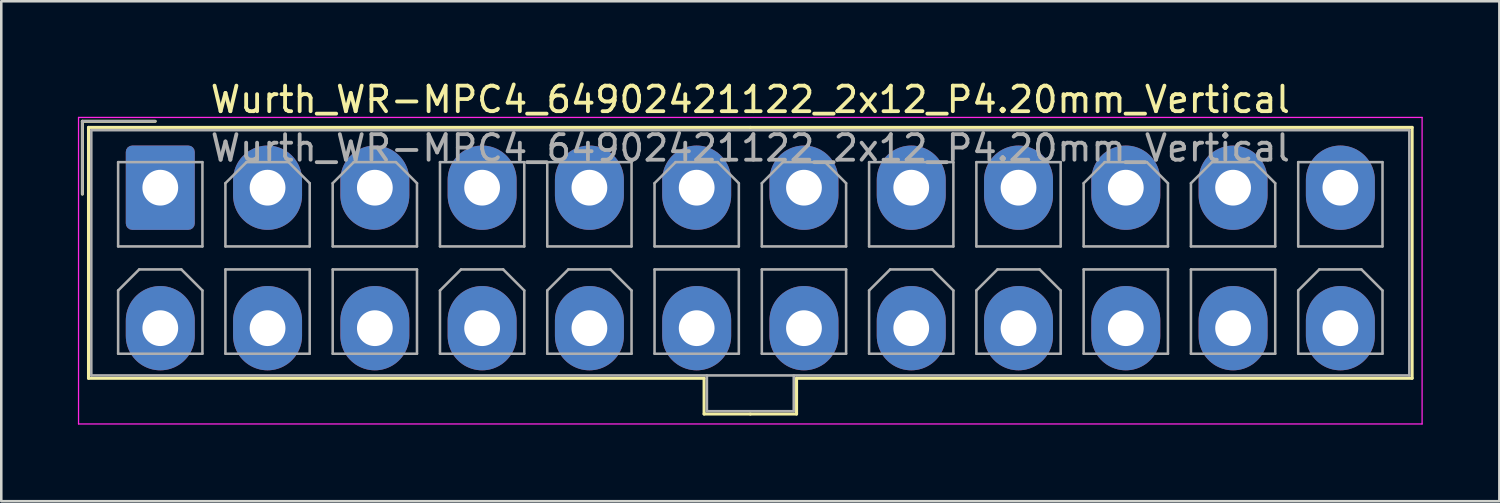
<source format=kicad_pcb>
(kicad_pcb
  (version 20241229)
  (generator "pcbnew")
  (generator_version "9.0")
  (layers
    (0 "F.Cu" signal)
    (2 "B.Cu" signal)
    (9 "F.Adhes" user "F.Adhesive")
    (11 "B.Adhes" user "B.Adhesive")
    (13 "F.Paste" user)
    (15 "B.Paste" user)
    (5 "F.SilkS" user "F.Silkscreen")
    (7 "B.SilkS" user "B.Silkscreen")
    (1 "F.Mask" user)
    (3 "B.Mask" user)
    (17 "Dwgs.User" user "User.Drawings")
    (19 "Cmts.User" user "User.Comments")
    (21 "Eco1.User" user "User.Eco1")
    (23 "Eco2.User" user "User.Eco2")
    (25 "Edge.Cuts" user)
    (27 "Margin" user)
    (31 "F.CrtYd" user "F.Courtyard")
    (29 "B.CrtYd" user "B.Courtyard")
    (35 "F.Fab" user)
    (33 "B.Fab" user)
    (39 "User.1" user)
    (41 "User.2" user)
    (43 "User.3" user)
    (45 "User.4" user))
  (footprint "Wurth_WR-MPC4_64902421122_2x12_P4.20mm_Vertical"
    (layer "F.Cu")
    (at 3.225 4.298)
    (property "Reference" "Wurth_WR-MPC4_64902421122_2x12_P4.20mm_Vertical" (at 23.1 -3.45 0) (layer "F.SilkS") (effects (font (size 1 1) (thickness 0.15))))
    (attr through_hole)
    (fp_line (start -3.05 -2.6) (end -3.05 0.25) (stroke (width 0.12) (type solid)) (layer "F.SilkS"))
    (fp_line (start -2.81 -2.36) (end -2.81 7.46) (stroke (width 0.12) (type solid)) (layer "F.SilkS"))
    (fp_line (start -2.81 7.46) (end 21.29 7.46) (stroke (width 0.12) (type solid)) (layer "F.SilkS"))
    (fp_line (start -0.2 -2.6) (end -3.05 -2.6) (stroke (width 0.12) (type solid)) (layer "F.SilkS"))
    (fp_line (start 21.29 7.46) (end 21.29 8.86) (stroke (width 0.12) (type solid)) (layer "F.SilkS"))
    (fp_line (start 21.29 8.86) (end 23.1 8.86) (stroke (width 0.12) (type solid)) (layer "F.SilkS"))
    (fp_line (start 23.1 -2.36) (end -2.81 -2.36) (stroke (width 0.12) (type solid)) (layer "F.SilkS"))
    (fp_line (start 23.1 -2.36) (end 49.01 -2.36) (stroke (width 0.12) (type solid)) (layer "F.SilkS"))
    (fp_line (start 24.91 7.46) (end 24.91 8.86) (stroke (width 0.12) (type solid)) (layer "F.SilkS"))
    (fp_line (start 24.91 8.86) (end 23.1 8.86) (stroke (width 0.12) (type solid)) (layer "F.SilkS"))
    (fp_line (start 49.01 -2.36) (end 49.01 7.46) (stroke (width 0.12) (type solid)) (layer "F.SilkS"))
    (fp_line (start 49.01 7.46) (end 24.91 7.46) (stroke (width 0.12) (type solid)) (layer "F.SilkS"))
    (fp_line (start -3.2 -2.75) (end -3.2 9.25) (stroke (width 0.05) (type solid)) (layer "F.CrtYd"))
    (fp_line (start -3.2 9.25) (end 49.4 9.25) (stroke (width 0.05) (type solid)) (layer "F.CrtYd"))
    (fp_line (start 49.4 -2.75) (end -3.2 -2.75) (stroke (width 0.05) (type solid)) (layer "F.CrtYd"))
    (fp_line (start 49.4 9.25) (end 49.4 -2.75) (stroke (width 0.05) (type solid)) (layer "F.CrtYd"))
    (fp_line (start -3.05 -2.6) (end -3.05 0.25) (stroke (width 0.1) (type solid)) (layer "F.Fab"))
    (fp_line (start -2.7 -2.25) (end -2.7 7.35) (stroke (width 0.1) (type solid)) (layer "F.Fab"))
    (fp_line (start -2.7 7.35) (end 48.9 7.35) (stroke (width 0.1) (type solid)) (layer "F.Fab"))
    (fp_line (start -1.65 -1) (end -1.65 2.3) (stroke (width 0.1) (type solid)) (layer "F.Fab"))
    (fp_line (start -1.65 2.3) (end 1.65 2.3) (stroke (width 0.1) (type solid)) (layer "F.Fab"))
    (fp_line (start -1.65 4.025) (end -0.825 3.2) (stroke (width 0.1) (type solid)) (layer "F.Fab"))
    (fp_line (start -1.65 6.5) (end -1.65 4.025) (stroke (width 0.1) (type solid)) (layer "F.Fab"))
    (fp_line (start -0.825 3.2) (end 0.825 3.2) (stroke (width 0.1) (type solid)) (layer "F.Fab"))
    (fp_line (start -0.2 -2.6) (end -3.05 -2.6) (stroke (width 0.1) (type solid)) (layer "F.Fab"))
    (fp_line (start 0.825 3.2) (end 1.65 4.025) (stroke (width 0.1) (type solid)) (layer "F.Fab"))
    (fp_line (start 1.65 -1) (end -1.65 -1) (stroke (width 0.1) (type solid)) (layer "F.Fab"))
    (fp_line (start 1.65 2.3) (end 1.65 -1) (stroke (width 0.1) (type solid)) (layer "F.Fab"))
    (fp_line (start 1.65 4.025) (end 1.65 6.5) (stroke (width 0.1) (type solid)) (layer "F.Fab"))
    (fp_line (start 1.65 6.5) (end -1.65 6.5) (stroke (width 0.1) (type solid)) (layer "F.Fab"))
    (fp_line (start 2.55 -0.175) (end 3.375 -1) (stroke (width 0.1) (type solid)) (layer "F.Fab"))
    (fp_line (start 2.55 2.3) (end 2.55 -0.175) (stroke (width 0.1) (type solid)) (layer "F.Fab"))
    (fp_line (start 2.55 3.2) (end 2.55 6.5) (stroke (width 0.1) (type solid)) (layer "F.Fab"))
    (fp_line (start 2.55 6.5) (end 5.85 6.5) (stroke (width 0.1) (type solid)) (layer "F.Fab"))
    (fp_line (start 3.375 -1) (end 5.025 -1) (stroke (width 0.1) (type solid)) (layer "F.Fab"))
    (fp_line (start 5.025 -1) (end 5.85 -0.175) (stroke (width 0.1) (type solid)) (layer "F.Fab"))
    (fp_line (start 5.85 -0.175) (end 5.85 2.3) (stroke (width 0.1) (type solid)) (layer "F.Fab"))
    (fp_line (start 5.85 2.3) (end 2.55 2.3) (stroke (width 0.1) (type solid)) (layer "F.Fab"))
    (fp_line (start 5.85 3.2) (end 2.55 3.2) (stroke (width 0.1) (type solid)) (layer "F.Fab"))
    (fp_line (start 5.85 6.5) (end 5.85 3.2) (stroke (width 0.1) (type solid)) (layer "F.Fab"))
    (fp_line (start 6.75 -0.175) (end 7.575 -1) (stroke (width 0.1) (type solid)) (layer "F.Fab"))
    (fp_line (start 6.75 2.3) (end 6.75 -0.175) (stroke (width 0.1) (type solid)) (layer "F.Fab"))
    (fp_line (start 6.75 3.2) (end 6.75 6.5) (stroke (width 0.1) (type solid)) (layer "F.Fab"))
    (fp_line (start 6.75 6.5) (end 10.05 6.5) (stroke (width 0.1) (type solid)) (layer "F.Fab"))
    (fp_line (start 7.575 -1) (end 9.225 -1) (stroke (width 0.1) (type solid)) (layer "F.Fab"))
    (fp_line (start 9.225 -1) (end 10.05 -0.175) (stroke (width 0.1) (type solid)) (layer "F.Fab"))
    (fp_line (start 10.05 -0.175) (end 10.05 2.3) (stroke (width 0.1) (type solid)) (layer "F.Fab"))
    (fp_line (start 10.05 2.3) (end 6.75 2.3) (stroke (width 0.1) (type solid)) (layer "F.Fab"))
    (fp_line (start 10.05 3.2) (end 6.75 3.2) (stroke (width 0.1) (type solid)) (layer "F.Fab"))
    (fp_line (start 10.05 6.5) (end 10.05 3.2) (stroke (width 0.1) (type solid)) (layer "F.Fab"))
    (fp_line (start 10.95 -1) (end 10.95 2.3) (stroke (width 0.1) (type solid)) (layer "F.Fab"))
    (fp_line (start 10.95 2.3) (end 14.25 2.3) (stroke (width 0.1) (type solid)) (layer "F.Fab"))
    (fp_line (start 10.95 4.025) (end 11.775 3.2) (stroke (width 0.1) (type solid)) (layer "F.Fab"))
    (fp_line (start 10.95 6.5) (end 10.95 4.025) (stroke (width 0.1) (type solid)) (layer "F.Fab"))
    (fp_line (start 11.775 3.2) (end 13.425 3.2) (stroke (width 0.1) (type solid)) (layer "F.Fab"))
    (fp_line (start 13.425 3.2) (end 14.25 4.025) (stroke (width 0.1) (type solid)) (layer "F.Fab"))
    (fp_line (start 14.25 -1) (end 10.95 -1) (stroke (width 0.1) (type solid)) (layer "F.Fab"))
    (fp_line (start 14.25 2.3) (end 14.25 -1) (stroke (width 0.1) (type solid)) (layer "F.Fab"))
    (fp_line (start 14.25 4.025) (end 14.25 6.5) (stroke (width 0.1) (type solid)) (layer "F.Fab"))
    (fp_line (start 14.25 6.5) (end 10.95 6.5) (stroke (width 0.1) (type solid)) (layer "F.Fab"))
    (fp_line (start 15.15 -1) (end 15.15 2.3) (stroke (width 0.1) (type solid)) (layer "F.Fab"))
    (fp_line (start 15.15 2.3) (end 18.45 2.3) (stroke (width 0.1) (type solid)) (layer "F.Fab"))
    (fp_line (start 15.15 4.025) (end 15.975 3.2) (stroke (width 0.1) (type solid)) (layer "F.Fab"))
    (fp_line (start 15.15 6.5) (end 15.15 4.025) (stroke (width 0.1) (type solid)) (layer "F.Fab"))
    (fp_line (start 15.975 3.2) (end 17.625 3.2) (stroke (width 0.1) (type solid)) (layer "F.Fab"))
    (fp_line (start 17.625 3.2) (end 18.45 4.025) (stroke (width 0.1) (type solid)) (layer "F.Fab"))
    (fp_line (start 18.45 -1) (end 15.15 -1) (stroke (width 0.1) (type solid)) (layer "F.Fab"))
    (fp_line (start 18.45 2.3) (end 18.45 -1) (stroke (width 0.1) (type solid)) (layer "F.Fab"))
    (fp_line (start 18.45 4.025) (end 18.45 6.5) (stroke (width 0.1) (type solid)) (layer "F.Fab"))
    (fp_line (start 18.45 6.5) (end 15.15 6.5) (stroke (width 0.1) (type solid)) (layer "F.Fab"))
    (fp_line (start 19.35 -0.175) (end 20.175 -1) (stroke (width 0.1) (type solid)) (layer "F.Fab"))
    (fp_line (start 19.35 2.3) (end 19.35 -0.175) (stroke (width 0.1) (type solid)) (layer "F.Fab"))
    (fp_line (start 19.35 3.2) (end 19.35 6.5) (stroke (width 0.1) (type solid)) (layer "F.Fab"))
    (fp_line (start 19.35 6.5) (end 22.65 6.5) (stroke (width 0.1) (type solid)) (layer "F.Fab"))
    (fp_line (start 20.175 -1) (end 21.825 -1) (stroke (width 0.1) (type solid)) (layer "F.Fab"))
    (fp_line (start 21.4 7.35) (end 21.4 8.75) (stroke (width 0.1) (type solid)) (layer "F.Fab"))
    (fp_line (start 21.4 8.75) (end 24.8 8.75) (stroke (width 0.1) (type solid)) (layer "F.Fab"))
    (fp_line (start 21.825 -1) (end 22.65 -0.175) (stroke (width 0.1) (type solid)) (layer "F.Fab"))
    (fp_line (start 22.65 -0.175) (end 22.65 2.3) (stroke (width 0.1) (type solid)) (layer "F.Fab"))
    (fp_line (start 22.65 2.3) (end 19.35 2.3) (stroke (width 0.1) (type solid)) (layer "F.Fab"))
    (fp_line (start 22.65 3.2) (end 19.35 3.2) (stroke (width 0.1) (type solid)) (layer "F.Fab"))
    (fp_line (start 22.65 6.5) (end 22.65 3.2) (stroke (width 0.1) (type solid)) (layer "F.Fab"))
    (fp_line (start 23.55 -0.175) (end 24.375 -1) (stroke (width 0.1) (type solid)) (layer "F.Fab"))
    (fp_line (start 23.55 2.3) (end 23.55 -0.175) (stroke (width 0.1) (type solid)) (layer "F.Fab"))
    (fp_line (start 23.55 3.2) (end 23.55 6.5) (stroke (width 0.1) (type solid)) (layer "F.Fab"))
    (fp_line (start 23.55 6.5) (end 26.85 6.5) (stroke (width 0.1) (type solid)) (layer "F.Fab"))
    (fp_line (start 24.375 -1) (end 26.025 -1) (stroke (width 0.1) (type solid)) (layer "F.Fab"))
    (fp_line (start 24.8 8.75) (end 24.8 7.35) (stroke (width 0.1) (type solid)) (layer "F.Fab"))
    (fp_line (start 26.025 -1) (end 26.85 -0.175) (stroke (width 0.1) (type solid)) (layer "F.Fab"))
    (fp_line (start 26.85 -0.175) (end 26.85 2.3) (stroke (width 0.1) (type solid)) (layer "F.Fab"))
    (fp_line (start 26.85 2.3) (end 23.55 2.3) (stroke (width 0.1) (type solid)) (layer "F.Fab"))
    (fp_line (start 26.85 3.2) (end 23.55 3.2) (stroke (width 0.1) (type solid)) (layer "F.Fab"))
    (fp_line (start 26.85 6.5) (end 26.85 3.2) (stroke (width 0.1) (type solid)) (layer "F.Fab"))
    (fp_line (start 27.75 -1) (end 27.75 2.3) (stroke (width 0.1) (type solid)) (layer "F.Fab"))
    (fp_line (start 27.75 2.3) (end 31.05 2.3) (stroke (width 0.1) (type solid)) (layer "F.Fab"))
    (fp_line (start 27.75 4.025) (end 28.575 3.2) (stroke (width 0.1) (type solid)) (layer "F.Fab"))
    (fp_line (start 27.75 6.5) (end 27.75 4.025) (stroke (width 0.1) (type solid)) (layer "F.Fab"))
    (fp_line (start 28.575 3.2) (end 30.225 3.2) (stroke (width 0.1) (type solid)) (layer "F.Fab"))
    (fp_line (start 30.225 3.2) (end 31.05 4.025) (stroke (width 0.1) (type solid)) (layer "F.Fab"))
    (fp_line (start 31.05 -1) (end 27.75 -1) (stroke (width 0.1) (type solid)) (layer "F.Fab"))
    (fp_line (start 31.05 2.3) (end 31.05 -1) (stroke (width 0.1) (type solid)) (layer "F.Fab"))
    (fp_line (start 31.05 4.025) (end 31.05 6.5) (stroke (width 0.1) (type solid)) (layer "F.Fab"))
    (fp_line (start 31.05 6.5) (end 27.75 6.5) (stroke (width 0.1) (type solid)) (layer "F.Fab"))
    (fp_line (start 31.95 -1) (end 31.95 2.3) (stroke (width 0.1) (type solid)) (layer "F.Fab"))
    (fp_line (start 31.95 2.3) (end 35.25 2.3) (stroke (width 0.1) (type solid)) (layer "F.Fab"))
    (fp_line (start 31.95 4.025) (end 32.775 3.2) (stroke (width 0.1) (type solid)) (layer "F.Fab"))
    (fp_line (start 31.95 6.5) (end 31.95 4.025) (stroke (width 0.1) (type solid)) (layer "F.Fab"))
    (fp_line (start 32.775 3.2) (end 34.425 3.2) (stroke (width 0.1) (type solid)) (layer "F.Fab"))
    (fp_line (start 34.425 3.2) (end 35.25 4.025) (stroke (width 0.1) (type solid)) (layer "F.Fab"))
    (fp_line (start 35.25 -1) (end 31.95 -1) (stroke (width 0.1) (type solid)) (layer "F.Fab"))
    (fp_line (start 35.25 2.3) (end 35.25 -1) (stroke (width 0.1) (type solid)) (layer "F.Fab"))
    (fp_line (start 35.25 4.025) (end 35.25 6.5) (stroke (width 0.1) (type solid)) (layer "F.Fab"))
    (fp_line (start 35.25 6.5) (end 31.95 6.5) (stroke (width 0.1) (type solid)) (layer "F.Fab"))
    (fp_line (start 36.15 -0.175) (end 36.975 -1) (stroke (width 0.1) (type solid)) (layer "F.Fab"))
    (fp_line (start 36.15 2.3) (end 36.15 -0.175) (stroke (width 0.1) (type solid)) (layer "F.Fab"))
    (fp_line (start 36.15 3.2) (end 36.15 6.5) (stroke (width 0.1) (type solid)) (layer "F.Fab"))
    (fp_line (start 36.15 6.5) (end 39.45 6.5) (stroke (width 0.1) (type solid)) (layer "F.Fab"))
    (fp_line (start 36.975 -1) (end 38.625 -1) (stroke (width 0.1) (type solid)) (layer "F.Fab"))
    (fp_line (start 38.625 -1) (end 39.45 -0.175) (stroke (width 0.1) (type solid)) (layer "F.Fab"))
    (fp_line (start 39.45 -0.175) (end 39.45 2.3) (stroke (width 0.1) (type solid)) (layer "F.Fab"))
    (fp_line (start 39.45 2.3) (end 36.15 2.3) (stroke (width 0.1) (type solid)) (layer "F.Fab"))
    (fp_line (start 39.45 3.2) (end 36.15 3.2) (stroke (width 0.1) (type solid)) (layer "F.Fab"))
    (fp_line (start 39.45 6.5) (end 39.45 3.2) (stroke (width 0.1) (type solid)) (layer "F.Fab"))
    (fp_line (start 40.35 -0.175) (end 41.175 -1) (stroke (width 0.1) (type solid)) (layer "F.Fab"))
    (fp_line (start 40.35 2.3) (end 40.35 -0.175) (stroke (width 0.1) (type solid)) (layer "F.Fab"))
    (fp_line (start 40.35 3.2) (end 40.35 6.5) (stroke (width 0.1) (type solid)) (layer "F.Fab"))
    (fp_line (start 40.35 6.5) (end 43.65 6.5) (stroke (width 0.1) (type solid)) (layer "F.Fab"))
    (fp_line (start 41.175 -1) (end 42.825 -1) (stroke (width 0.1) (type solid)) (layer "F.Fab"))
    (fp_line (start 42.825 -1) (end 43.65 -0.175) (stroke (width 0.1) (type solid)) (layer "F.Fab"))
    (fp_line (start 43.65 -0.175) (end 43.65 2.3) (stroke (width 0.1) (type solid)) (layer "F.Fab"))
    (fp_line (start 43.65 2.3) (end 40.35 2.3) (stroke (width 0.1) (type solid)) (layer "F.Fab"))
    (fp_line (start 43.65 3.2) (end 40.35 3.2) (stroke (width 0.1) (type solid)) (layer "F.Fab"))
    (fp_line (start 43.65 6.5) (end 43.65 3.2) (stroke (width 0.1) (type solid)) (layer "F.Fab"))
    (fp_line (start 44.55 -1) (end 44.55 2.3) (stroke (width 0.1) (type solid)) (layer "F.Fab"))
    (fp_line (start 44.55 2.3) (end 47.85 2.3) (stroke (width 0.1) (type solid)) (layer "F.Fab"))
    (fp_line (start 44.55 4.025) (end 45.375 3.2) (stroke (width 0.1) (type solid)) (layer "F.Fab"))
    (fp_line (start 44.55 6.5) (end 44.55 4.025) (stroke (width 0.1) (type solid)) (layer "F.Fab"))
    (fp_line (start 45.375 3.2) (end 47.025 3.2) (stroke (width 0.1) (type solid)) (layer "F.Fab"))
    (fp_line (start 47.025 3.2) (end 47.85 4.025) (stroke (width 0.1) (type solid)) (layer "F.Fab"))
    (fp_line (start 47.85 -1) (end 44.55 -1) (stroke (width 0.1) (type solid)) (layer "F.Fab"))
    (fp_line (start 47.85 2.3) (end 47.85 -1) (stroke (width 0.1) (type solid)) (layer "F.Fab"))
    (fp_line (start 47.85 4.025) (end 47.85 6.5) (stroke (width 0.1) (type solid)) (layer "F.Fab"))
    (fp_line (start 47.85 6.5) (end 44.55 6.5) (stroke (width 0.1) (type solid)) (layer "F.Fab"))
    (fp_line (start 48.9 -2.25) (end -2.7 -2.25) (stroke (width 0.1) (type solid)) (layer "F.Fab"))
    (fp_line (start 48.9 7.35) (end 48.9 -2.25) (stroke (width 0.1) (type solid)) (layer "F.Fab"))
    (fp_text user "${REFERENCE}" (at 23.1 -1.55 0) (layer "F.Fab") (effects (font (size 1 1) (thickness 0.15))))
    (pad "1" thru_hole roundrect (at 0 0) (size 2.7 3.3) (drill 1.4) (layers "*.Cu" "*.Mask") (roundrect_rratio 0.093))
    (pad "2" thru_hole oval (at 4.2 0) (size 2.7 3.3) (drill 1.4) (layers "*.Cu" "*.Mask"))
    (pad "3" thru_hole oval (at 8.4 0) (size 2.7 3.3) (drill 1.4) (layers "*.Cu" "*.Mask"))
    (pad "4" thru_hole oval (at 12.6 0) (size 2.7 3.3) (drill 1.4) (layers "*.Cu" "*.Mask"))
    (pad "5" thru_hole oval (at 16.8 0) (size 2.7 3.3) (drill 1.4) (layers "*.Cu" "*.Mask"))
    (pad "6" thru_hole oval (at 21 0) (size 2.7 3.3) (drill 1.4) (layers "*.Cu" "*.Mask"))
    (pad "7" thru_hole oval (at 25.2 0) (size 2.7 3.3) (drill 1.4) (layers "*.Cu" "*.Mask"))
    (pad "8" thru_hole oval (at 29.4 0) (size 2.7 3.3) (drill 1.4) (layers "*.Cu" "*.Mask"))
    (pad "9" thru_hole oval (at 33.6 0) (size 2.7 3.3) (drill 1.4) (layers "*.Cu" "*.Mask"))
    (pad "10" thru_hole oval (at 37.8 0) (size 2.7 3.3) (drill 1.4) (layers "*.Cu" "*.Mask"))
    (pad "11" thru_hole oval (at 42 0) (size 2.7 3.3) (drill 1.4) (layers "*.Cu" "*.Mask"))
    (pad "12" thru_hole oval (at 46.2 0) (size 2.7 3.3) (drill 1.4) (layers "*.Cu" "*.Mask"))
    (pad "13" thru_hole oval (at 0 5.5) (size 2.7 3.3) (drill 1.4) (layers "*.Cu" "*.Mask"))
    (pad "14" thru_hole oval (at 4.2 5.5) (size 2.7 3.3) (drill 1.4) (layers "*.Cu" "*.Mask"))
    (pad "15" thru_hole oval (at 8.4 5.5) (size 2.7 3.3) (drill 1.4) (layers "*.Cu" "*.Mask"))
    (pad "16" thru_hole oval (at 12.6 5.5) (size 2.7 3.3) (drill 1.4) (layers "*.Cu" "*.Mask"))
    (pad "17" thru_hole oval (at 16.8 5.5) (size 2.7 3.3) (drill 1.4) (layers "*.Cu" "*.Mask"))
    (pad "18" thru_hole oval (at 21 5.5) (size 2.7 3.3) (drill 1.4) (layers "*.Cu" "*.Mask"))
    (pad "19" thru_hole oval (at 25.2 5.5) (size 2.7 3.3) (drill 1.4) (layers "*.Cu" "*.Mask"))
    (pad "20" thru_hole oval (at 29.4 5.5) (size 2.7 3.3) (drill 1.4) (layers "*.Cu" "*.Mask"))
    (pad "21" thru_hole oval (at 33.6 5.5) (size 2.7 3.3) (drill 1.4) (layers "*.Cu" "*.Mask"))
    (pad "22" thru_hole oval (at 37.8 5.5) (size 2.7 3.3) (drill 1.4) (layers "*.Cu" "*.Mask"))
    (pad "23" thru_hole oval (at 42 5.5) (size 2.7 3.3) (drill 1.4) (layers "*.Cu" "*.Mask"))
    (pad "24" thru_hole oval (at 46.2 5.5) (size 2.7 3.3) (drill 1.4) (layers "*.Cu" "*.Mask")))
  (gr_rect
    (start -3 -3)
    (end 55.65 16.573)
    (stroke (width 0.1) (type default))
    (fill no)
    (layer "Edge.Cuts")))
</source>
